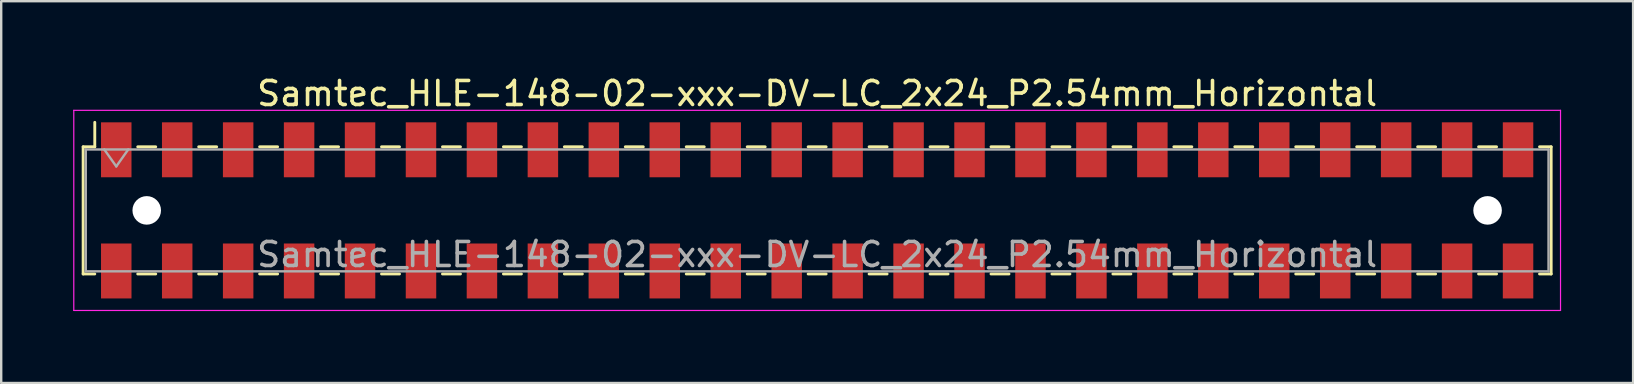
<source format=kicad_pcb>
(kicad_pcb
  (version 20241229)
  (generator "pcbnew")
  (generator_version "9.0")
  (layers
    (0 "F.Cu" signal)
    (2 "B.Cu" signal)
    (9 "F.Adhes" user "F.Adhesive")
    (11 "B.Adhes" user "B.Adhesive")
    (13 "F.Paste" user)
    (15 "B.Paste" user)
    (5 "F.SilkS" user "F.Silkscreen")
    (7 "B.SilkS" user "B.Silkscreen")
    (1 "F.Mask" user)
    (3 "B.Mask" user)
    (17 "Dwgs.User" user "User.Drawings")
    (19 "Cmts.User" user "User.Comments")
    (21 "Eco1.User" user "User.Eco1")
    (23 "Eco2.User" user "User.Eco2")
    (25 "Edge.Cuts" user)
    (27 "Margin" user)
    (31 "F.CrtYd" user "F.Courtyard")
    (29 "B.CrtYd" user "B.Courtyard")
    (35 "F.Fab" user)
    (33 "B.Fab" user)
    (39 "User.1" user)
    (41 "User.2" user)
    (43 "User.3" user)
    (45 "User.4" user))
  (footprint "Samtec_HLE-148-02-xxx-DV-LC_2x24_P2.54mm_Horizontal"
    (layer "F.Cu")
    (at 31.005 5.718)
    (property "Reference" "Samtec_HLE-148-02-xxx-DV-LC_2x24_P2.54mm_Horizontal" (at 0 -4.87 0) (layer "F.SilkS") (effects (font (size 1 1) (thickness 0.15))))
    (attr smd)
    (fp_line (start -30.59 -2.65) (end -30.59 2.65) (stroke (width 0.12) (type solid)) (layer "F.SilkS"))
    (fp_line (start -30.59 2.65) (end -30.105 2.65) (stroke (width 0.12) (type solid)) (layer "F.SilkS"))
    (fp_line (start -30.105 -3.67) (end -30.105 -2.65) (stroke (width 0.12) (type solid)) (layer "F.SilkS"))
    (fp_line (start -30.105 -2.65) (end -30.59 -2.65) (stroke (width 0.12) (type solid)) (layer "F.SilkS"))
    (fp_line (start -28.315 -2.65) (end -27.565 -2.65) (stroke (width 0.12) (type solid)) (layer "F.SilkS"))
    (fp_line (start -28.315 2.65) (end -27.565 2.65) (stroke (width 0.12) (type solid)) (layer "F.SilkS"))
    (fp_line (start -25.775 -2.65) (end -25.025 -2.65) (stroke (width 0.12) (type solid)) (layer "F.SilkS"))
    (fp_line (start -25.775 2.65) (end -25.025 2.65) (stroke (width 0.12) (type solid)) (layer "F.SilkS"))
    (fp_line (start -23.235 -2.65) (end -22.485 -2.65) (stroke (width 0.12) (type solid)) (layer "F.SilkS"))
    (fp_line (start -23.235 2.65) (end -22.485 2.65) (stroke (width 0.12) (type solid)) (layer "F.SilkS"))
    (fp_line (start -20.695 -2.65) (end -19.945 -2.65) (stroke (width 0.12) (type solid)) (layer "F.SilkS"))
    (fp_line (start -20.695 2.65) (end -19.945 2.65) (stroke (width 0.12) (type solid)) (layer "F.SilkS"))
    (fp_line (start -18.155 -2.65) (end -17.405 -2.65) (stroke (width 0.12) (type solid)) (layer "F.SilkS"))
    (fp_line (start -18.155 2.65) (end -17.405 2.65) (stroke (width 0.12) (type solid)) (layer "F.SilkS"))
    (fp_line (start -15.615 -2.65) (end -14.865 -2.65) (stroke (width 0.12) (type solid)) (layer "F.SilkS"))
    (fp_line (start -15.615 2.65) (end -14.865 2.65) (stroke (width 0.12) (type solid)) (layer "F.SilkS"))
    (fp_line (start -13.075 -2.65) (end -12.325 -2.65) (stroke (width 0.12) (type solid)) (layer "F.SilkS"))
    (fp_line (start -13.075 2.65) (end -12.325 2.65) (stroke (width 0.12) (type solid)) (layer "F.SilkS"))
    (fp_line (start -10.535 -2.65) (end -9.785 -2.65) (stroke (width 0.12) (type solid)) (layer "F.SilkS"))
    (fp_line (start -10.535 2.65) (end -9.785 2.65) (stroke (width 0.12) (type solid)) (layer "F.SilkS"))
    (fp_line (start -7.995 -2.65) (end -7.245 -2.65) (stroke (width 0.12) (type solid)) (layer "F.SilkS"))
    (fp_line (start -7.995 2.65) (end -7.245 2.65) (stroke (width 0.12) (type solid)) (layer "F.SilkS"))
    (fp_line (start -5.455 -2.65) (end -4.705 -2.65) (stroke (width 0.12) (type solid)) (layer "F.SilkS"))
    (fp_line (start -5.455 2.65) (end -4.705 2.65) (stroke (width 0.12) (type solid)) (layer "F.SilkS"))
    (fp_line (start -2.915 -2.65) (end -2.165 -2.65) (stroke (width 0.12) (type solid)) (layer "F.SilkS"))
    (fp_line (start -2.915 2.65) (end -2.165 2.65) (stroke (width 0.12) (type solid)) (layer "F.SilkS"))
    (fp_line (start -0.375 -2.65) (end 0.375 -2.65) (stroke (width 0.12) (type solid)) (layer "F.SilkS"))
    (fp_line (start -0.375 2.65) (end 0.375 2.65) (stroke (width 0.12) (type solid)) (layer "F.SilkS"))
    (fp_line (start 2.165 -2.65) (end 2.915 -2.65) (stroke (width 0.12) (type solid)) (layer "F.SilkS"))
    (fp_line (start 2.165 2.65) (end 2.915 2.65) (stroke (width 0.12) (type solid)) (layer "F.SilkS"))
    (fp_line (start 4.705 -2.65) (end 5.455 -2.65) (stroke (width 0.12) (type solid)) (layer "F.SilkS"))
    (fp_line (start 4.705 2.65) (end 5.455 2.65) (stroke (width 0.12) (type solid)) (layer "F.SilkS"))
    (fp_line (start 7.245 -2.65) (end 7.995 -2.65) (stroke (width 0.12) (type solid)) (layer "F.SilkS"))
    (fp_line (start 7.245 2.65) (end 7.995 2.65) (stroke (width 0.12) (type solid)) (layer "F.SilkS"))
    (fp_line (start 9.785 -2.65) (end 10.535 -2.65) (stroke (width 0.12) (type solid)) (layer "F.SilkS"))
    (fp_line (start 9.785 2.65) (end 10.535 2.65) (stroke (width 0.12) (type solid)) (layer "F.SilkS"))
    (fp_line (start 12.325 -2.65) (end 13.075 -2.65) (stroke (width 0.12) (type solid)) (layer "F.SilkS"))
    (fp_line (start 12.325 2.65) (end 13.075 2.65) (stroke (width 0.12) (type solid)) (layer "F.SilkS"))
    (fp_line (start 14.865 -2.65) (end 15.615 -2.65) (stroke (width 0.12) (type solid)) (layer "F.SilkS"))
    (fp_line (start 14.865 2.65) (end 15.615 2.65) (stroke (width 0.12) (type solid)) (layer "F.SilkS"))
    (fp_line (start 17.405 -2.65) (end 18.155 -2.65) (stroke (width 0.12) (type solid)) (layer "F.SilkS"))
    (fp_line (start 17.405 2.65) (end 18.155 2.65) (stroke (width 0.12) (type solid)) (layer "F.SilkS"))
    (fp_line (start 19.945 -2.65) (end 20.695 -2.65) (stroke (width 0.12) (type solid)) (layer "F.SilkS"))
    (fp_line (start 19.945 2.65) (end 20.695 2.65) (stroke (width 0.12) (type solid)) (layer "F.SilkS"))
    (fp_line (start 22.485 -2.65) (end 23.235 -2.65) (stroke (width 0.12) (type solid)) (layer "F.SilkS"))
    (fp_line (start 22.485 2.65) (end 23.235 2.65) (stroke (width 0.12) (type solid)) (layer "F.SilkS"))
    (fp_line (start 25.025 -2.65) (end 25.775 -2.65) (stroke (width 0.12) (type solid)) (layer "F.SilkS"))
    (fp_line (start 25.025 2.65) (end 25.775 2.65) (stroke (width 0.12) (type solid)) (layer "F.SilkS"))
    (fp_line (start 27.565 -2.65) (end 28.315 -2.65) (stroke (width 0.12) (type solid)) (layer "F.SilkS"))
    (fp_line (start 27.565 2.65) (end 28.315 2.65) (stroke (width 0.12) (type solid)) (layer "F.SilkS"))
    (fp_line (start 30.105 -2.65) (end 30.59 -2.65) (stroke (width 0.12) (type solid)) (layer "F.SilkS"))
    (fp_line (start 30.59 -2.65) (end 30.59 2.65) (stroke (width 0.12) (type solid)) (layer "F.SilkS"))
    (fp_line (start 30.59 2.65) (end 30.105 2.65) (stroke (width 0.12) (type solid)) (layer "F.SilkS"))
    (fp_line (start -30.98 -4.17) (end 30.98 -4.17) (stroke (width 0.05) (type solid)) (layer "F.CrtYd"))
    (fp_line (start -30.98 4.17) (end -30.98 -4.17) (stroke (width 0.05) (type solid)) (layer "F.CrtYd"))
    (fp_line (start 30.98 -4.17) (end 30.98 4.17) (stroke (width 0.05) (type solid)) (layer "F.CrtYd"))
    (fp_line (start 30.98 4.17) (end -30.98 4.17) (stroke (width 0.05) (type solid)) (layer "F.CrtYd"))
    (fp_line (start -30.48 -2.54) (end 30.48 -2.54) (stroke (width 0.1) (type solid)) (layer "F.Fab"))
    (fp_line (start -30.48 2.54) (end -30.48 -2.54) (stroke (width 0.1) (type solid)) (layer "F.Fab"))
    (fp_line (start -29.71 -2.54) (end -29.21 -1.833) (stroke (width 0.1) (type solid)) (layer "F.Fab"))
    (fp_line (start -29.21 -1.833) (end -28.71 -2.54) (stroke (width 0.1) (type solid)) (layer "F.Fab"))
    (fp_line (start 30.48 -2.54) (end 30.48 2.54) (stroke (width 0.1) (type solid)) (layer "F.Fab"))
    (fp_line (start 30.48 2.54) (end -30.48 2.54) (stroke (width 0.1) (type solid)) (layer "F.Fab"))
    (fp_text user "${REFERENCE}" (at 0 1.84 0) (layer "F.Fab") (effects (font (size 1 1) (thickness 0.15))))
    (pad "" np_thru_hole circle (at -27.94 0) (size 1.19 1.19) (drill 1.19) (layers "*.Cu" "*.Mask"))
    (pad "" np_thru_hole circle (at 27.94 0) (size 1.19 1.19) (drill 1.19) (layers "*.Cu" "*.Mask"))
    (pad "1" smd rect (at -29.21 -2.525) (size 1.27 2.29) (layers "F.Cu" "F.Mask" "F.Paste"))
    (pad "2" smd rect (at -29.21 2.525) (size 1.27 2.29) (layers "F.Cu" "F.Mask" "F.Paste"))
    (pad "3" smd rect (at -26.67 -2.525) (size 1.27 2.29) (layers "F.Cu" "F.Mask" "F.Paste"))
    (pad "4" smd rect (at -26.67 2.525) (size 1.27 2.29) (layers "F.Cu" "F.Mask" "F.Paste"))
    (pad "5" smd rect (at -24.13 -2.525) (size 1.27 2.29) (layers "F.Cu" "F.Mask" "F.Paste"))
    (pad "6" smd rect (at -24.13 2.525) (size 1.27 2.29) (layers "F.Cu" "F.Mask" "F.Paste"))
    (pad "7" smd rect (at -21.59 -2.525) (size 1.27 2.29) (layers "F.Cu" "F.Mask" "F.Paste"))
    (pad "8" smd rect (at -21.59 2.525) (size 1.27 2.29) (layers "F.Cu" "F.Mask" "F.Paste"))
    (pad "9" smd rect (at -19.05 -2.525) (size 1.27 2.29) (layers "F.Cu" "F.Mask" "F.Paste"))
    (pad "10" smd rect (at -19.05 2.525) (size 1.27 2.29) (layers "F.Cu" "F.Mask" "F.Paste"))
    (pad "11" smd rect (at -16.51 -2.525) (size 1.27 2.29) (layers "F.Cu" "F.Mask" "F.Paste"))
    (pad "12" smd rect (at -16.51 2.525) (size 1.27 2.29) (layers "F.Cu" "F.Mask" "F.Paste"))
    (pad "13" smd rect (at -13.97 -2.525) (size 1.27 2.29) (layers "F.Cu" "F.Mask" "F.Paste"))
    (pad "14" smd rect (at -13.97 2.525) (size 1.27 2.29) (layers "F.Cu" "F.Mask" "F.Paste"))
    (pad "15" smd rect (at -11.43 -2.525) (size 1.27 2.29) (layers "F.Cu" "F.Mask" "F.Paste"))
    (pad "16" smd rect (at -11.43 2.525) (size 1.27 2.29) (layers "F.Cu" "F.Mask" "F.Paste"))
    (pad "17" smd rect (at -8.89 -2.525) (size 1.27 2.29) (layers "F.Cu" "F.Mask" "F.Paste"))
    (pad "18" smd rect (at -8.89 2.525) (size 1.27 2.29) (layers "F.Cu" "F.Mask" "F.Paste"))
    (pad "19" smd rect (at -6.35 -2.525) (size 1.27 2.29) (layers "F.Cu" "F.Mask" "F.Paste"))
    (pad "20" smd rect (at -6.35 2.525) (size 1.27 2.29) (layers "F.Cu" "F.Mask" "F.Paste"))
    (pad "21" smd rect (at -3.81 -2.525) (size 1.27 2.29) (layers "F.Cu" "F.Mask" "F.Paste"))
    (pad "22" smd rect (at -3.81 2.525) (size 1.27 2.29) (layers "F.Cu" "F.Mask" "F.Paste"))
    (pad "23" smd rect (at -1.27 -2.525) (size 1.27 2.29) (layers "F.Cu" "F.Mask" "F.Paste"))
    (pad "24" smd rect (at -1.27 2.525) (size 1.27 2.29) (layers "F.Cu" "F.Mask" "F.Paste"))
    (pad "25" smd rect (at 1.27 -2.525) (size 1.27 2.29) (layers "F.Cu" "F.Mask" "F.Paste"))
    (pad "26" smd rect (at 1.27 2.525) (size 1.27 2.29) (layers "F.Cu" "F.Mask" "F.Paste"))
    (pad "27" smd rect (at 3.81 -2.525) (size 1.27 2.29) (layers "F.Cu" "F.Mask" "F.Paste"))
    (pad "28" smd rect (at 3.81 2.525) (size 1.27 2.29) (layers "F.Cu" "F.Mask" "F.Paste"))
    (pad "29" smd rect (at 6.35 -2.525) (size 1.27 2.29) (layers "F.Cu" "F.Mask" "F.Paste"))
    (pad "30" smd rect (at 6.35 2.525) (size 1.27 2.29) (layers "F.Cu" "F.Mask" "F.Paste"))
    (pad "31" smd rect (at 8.89 -2.525) (size 1.27 2.29) (layers "F.Cu" "F.Mask" "F.Paste"))
    (pad "32" smd rect (at 8.89 2.525) (size 1.27 2.29) (layers "F.Cu" "F.Mask" "F.Paste"))
    (pad "33" smd rect (at 11.43 -2.525) (size 1.27 2.29) (layers "F.Cu" "F.Mask" "F.Paste"))
    (pad "34" smd rect (at 11.43 2.525) (size 1.27 2.29) (layers "F.Cu" "F.Mask" "F.Paste"))
    (pad "35" smd rect (at 13.97 -2.525) (size 1.27 2.29) (layers "F.Cu" "F.Mask" "F.Paste"))
    (pad "36" smd rect (at 13.97 2.525) (size 1.27 2.29) (layers "F.Cu" "F.Mask" "F.Paste"))
    (pad "37" smd rect (at 16.51 -2.525) (size 1.27 2.29) (layers "F.Cu" "F.Mask" "F.Paste"))
    (pad "38" smd rect (at 16.51 2.525) (size 1.27 2.29) (layers "F.Cu" "F.Mask" "F.Paste"))
    (pad "39" smd rect (at 19.05 -2.525) (size 1.27 2.29) (layers "F.Cu" "F.Mask" "F.Paste"))
    (pad "40" smd rect (at 19.05 2.525) (size 1.27 2.29) (layers "F.Cu" "F.Mask" "F.Paste"))
    (pad "41" smd rect (at 21.59 -2.525) (size 1.27 2.29) (layers "F.Cu" "F.Mask" "F.Paste"))
    (pad "42" smd rect (at 21.59 2.525) (size 1.27 2.29) (layers "F.Cu" "F.Mask" "F.Paste"))
    (pad "43" smd rect (at 24.13 -2.525) (size 1.27 2.29) (layers "F.Cu" "F.Mask" "F.Paste"))
    (pad "44" smd rect (at 24.13 2.525) (size 1.27 2.29) (layers "F.Cu" "F.Mask" "F.Paste"))
    (pad "45" smd rect (at 26.67 -2.525) (size 1.27 2.29) (layers "F.Cu" "F.Mask" "F.Paste"))
    (pad "46" smd rect (at 26.67 2.525) (size 1.27 2.29) (layers "F.Cu" "F.Mask" "F.Paste"))
    (pad "47" smd rect (at 29.21 -2.525) (size 1.27 2.29) (layers "F.Cu" "F.Mask" "F.Paste"))
    (pad "48" smd rect (at 29.21 2.525) (size 1.27 2.29) (layers "F.Cu" "F.Mask" "F.Paste")))
  (gr_rect
    (start -3 -3)
    (end 65.01 12.913)
    (stroke (width 0.1) (type default))
    (fill no)
    (layer "Edge.Cuts")))
</source>
